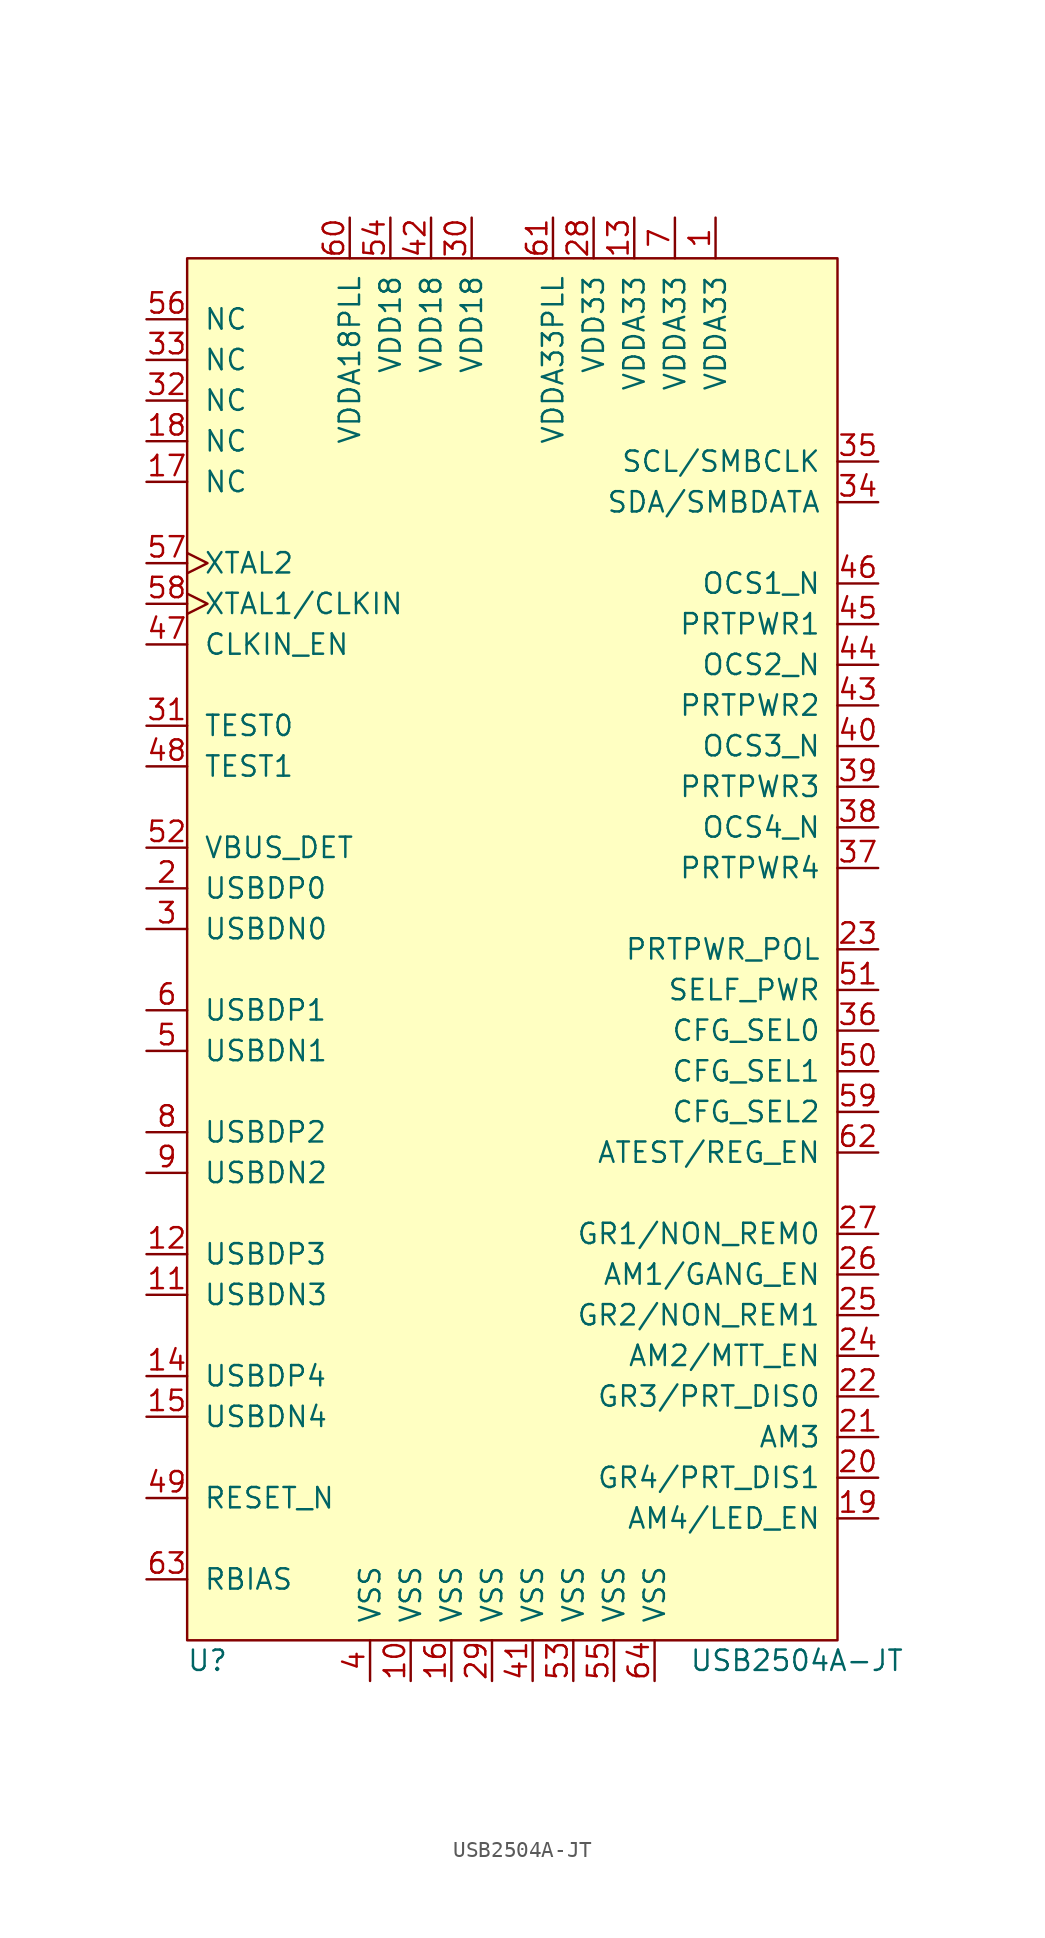
<source format=kicad_sym>
(kicad_symbol_lib
  (version 20210619)
  (generator kicad_symbol_editor)
  (symbol "leptunKicadLib:USB2504A-JT"
    (pin_names
      (offset 1.016))
    (property "Reference" "U"
      (at -19.05 -44.45 0)
      (effects (font (size 1.27 1.27))))
    (property "Value" "USB2504A-JT"
      (at 17.78 -44.45 0)
      (effects (font (size 1.27 1.27))))
    (symbol "USB2504A-JT_0_1"
      (rectangle (start -20.32 43.18) (end 20.32 -43.18) (stroke (width 0)) (fill (type background))))
    (symbol "USB2504A-JT_1_1"
      (pin power_in line (at 12.7 45.72 270) (length 2.54) (name "VDDA33" (effects (font (size 1.27 1.27)))) (number "1" (effects (font (size 1.27 1.27)))))
      (pin power_in line (at -6.35 -45.72 90) (length 2.54) (name "VSS" (effects (font (size 1.27 1.27)))) (number "10" (effects (font (size 1.27 1.27)))))
      (pin passive line (at -22.86 -21.59 0) (length 2.54) (name "USBDN3" (effects (font (size 1.27 1.27)))) (number "11" (effects (font (size 1.27 1.27)))))
      (pin passive line (at -22.86 -19.05 0) (length 2.54) (name "USBDP3" (effects (font (size 1.27 1.27)))) (number "12" (effects (font (size 1.27 1.27)))))
      (pin power_in line (at 7.62 45.72 270) (length 2.54) (name "VDDA33" (effects (font (size 1.27 1.27)))) (number "13" (effects (font (size 1.27 1.27)))))
      (pin passive line (at -22.86 -26.67 0) (length 2.54) (name "USBDP4" (effects (font (size 1.27 1.27)))) (number "14" (effects (font (size 1.27 1.27)))))
      (pin passive line (at -22.86 -29.21 0) (length 2.54) (name "USBDN4" (effects (font (size 1.27 1.27)))) (number "15" (effects (font (size 1.27 1.27)))))
      (pin power_in line (at -3.81 -45.72 90) (length 2.54) (name "VSS" (effects (font (size 1.27 1.27)))) (number "16" (effects (font (size 1.27 1.27)))))
      (pin passive line (at -22.86 29.21 0) (length 2.54) (name "NC" (effects (font (size 1.27 1.27)))) (number "17" (effects (font (size 1.27 1.27)))))
      (pin passive line (at -22.86 31.75 0) (length 2.54) (name "NC" (effects (font (size 1.27 1.27)))) (number "18" (effects (font (size 1.27 1.27)))))
      (pin bidirectional line (at 22.86 -35.56 180) (length 2.54) (name "AM4/LED_EN" (effects (font (size 1.27 1.27)))) (number "19" (effects (font (size 1.27 1.27)))))
      (pin passive line (at -22.86 3.81 0) (length 2.54) (name "USBDP0" (effects (font (size 1.27 1.27)))) (number "2" (effects (font (size 1.27 1.27)))))
      (pin bidirectional line (at 22.86 -33.02 180) (length 2.54) (name "GR4/PRT_DIS1" (effects (font (size 1.27 1.27)))) (number "20" (effects (font (size 1.27 1.27)))))
      (pin output line (at 22.86 -30.48 180) (length 2.54) (name "AM3" (effects (font (size 1.27 1.27)))) (number "21" (effects (font (size 1.27 1.27)))))
      (pin bidirectional line (at 22.86 -27.94 180) (length 2.54) (name "GR3/PRT_DIS0" (effects (font (size 1.27 1.27)))) (number "22" (effects (font (size 1.27 1.27)))))
      (pin input line (at 22.86 0 180) (length 2.54) (name "PRTPWR_POL" (effects (font (size 1.27 1.27)))) (number "23" (effects (font (size 1.27 1.27)))))
      (pin bidirectional line (at 22.86 -25.4 180) (length 2.54) (name "AM2/MTT_EN" (effects (font (size 1.27 1.27)))) (number "24" (effects (font (size 1.27 1.27)))))
      (pin bidirectional line (at 22.86 -22.86 180) (length 2.54) (name "GR2/NON_REM1" (effects (font (size 1.27 1.27)))) (number "25" (effects (font (size 1.27 1.27)))))
      (pin bidirectional line (at 22.86 -20.32 180) (length 2.54) (name "AM1/GANG_EN" (effects (font (size 1.27 1.27)))) (number "26" (effects (font (size 1.27 1.27)))))
      (pin bidirectional line (at 22.86 -17.78 180) (length 2.54) (name "GR1/NON_REM0" (effects (font (size 1.27 1.27)))) (number "27" (effects (font (size 1.27 1.27)))))
      (pin power_in line (at 5.08 45.72 270) (length 2.54) (name "VDD33" (effects (font (size 1.27 1.27)))) (number "28" (effects (font (size 1.27 1.27)))))
      (pin power_in line (at -1.27 -45.72 90) (length 2.54) (name "VSS" (effects (font (size 1.27 1.27)))) (number "29" (effects (font (size 1.27 1.27)))))
      (pin passive line (at -22.86 1.27 0) (length 2.54) (name "USBDN0" (effects (font (size 1.27 1.27)))) (number "3" (effects (font (size 1.27 1.27)))))
      (pin power_in line (at -2.54 45.72 270) (length 2.54) (name "VDD18" (effects (font (size 1.27 1.27)))) (number "30" (effects (font (size 1.27 1.27)))))
      (pin passive line (at -22.86 13.97 0) (length 2.54) (name "TEST0" (effects (font (size 1.27 1.27)))) (number "31" (effects (font (size 1.27 1.27)))))
      (pin passive line (at -22.86 34.29 0) (length 2.54) (name "NC" (effects (font (size 1.27 1.27)))) (number "32" (effects (font (size 1.27 1.27)))))
      (pin passive line (at -22.86 36.83 0) (length 2.54) (name "NC" (effects (font (size 1.27 1.27)))) (number "33" (effects (font (size 1.27 1.27)))))
      (pin bidirectional line (at 22.86 27.94 180) (length 2.54) (name "SDA/SMBDATA" (effects (font (size 1.27 1.27)))) (number "34" (effects (font (size 1.27 1.27)))))
      (pin bidirectional line (at 22.86 30.48 180) (length 2.54) (name "SCL/SMBCLK" (effects (font (size 1.27 1.27)))) (number "35" (effects (font (size 1.27 1.27)))))
      (pin input line (at 22.86 -5.08 180) (length 2.54) (name "CFG_SEL0" (effects (font (size 1.27 1.27)))) (number "36" (effects (font (size 1.27 1.27)))))
      (pin output line (at 22.86 5.08 180) (length 2.54) (name "PRTPWR4" (effects (font (size 1.27 1.27)))) (number "37" (effects (font (size 1.27 1.27)))))
      (pin input line (at 22.86 7.62 180) (length 2.54) (name "OCS4_N" (effects (font (size 1.27 1.27)))) (number "38" (effects (font (size 1.27 1.27)))))
      (pin output line (at 22.86 10.16 180) (length 2.54) (name "PRTPWR3" (effects (font (size 1.27 1.27)))) (number "39" (effects (font (size 1.27 1.27)))))
      (pin power_in line (at -8.89 -45.72 90) (length 2.54) (name "VSS" (effects (font (size 1.27 1.27)))) (number "4" (effects (font (size 1.27 1.27)))))
      (pin input line (at 22.86 12.7 180) (length 2.54) (name "OCS3_N" (effects (font (size 1.27 1.27)))) (number "40" (effects (font (size 1.27 1.27)))))
      (pin power_in line (at 1.27 -45.72 90) (length 2.54) (name "VSS" (effects (font (size 1.27 1.27)))) (number "41" (effects (font (size 1.27 1.27)))))
      (pin power_in line (at -5.08 45.72 270) (length 2.54) (name "VDD18" (effects (font (size 1.27 1.27)))) (number "42" (effects (font (size 1.27 1.27)))))
      (pin output line (at 22.86 15.24 180) (length 2.54) (name "PRTPWR2" (effects (font (size 1.27 1.27)))) (number "43" (effects (font (size 1.27 1.27)))))
      (pin input line (at 22.86 17.78 180) (length 2.54) (name "OCS2_N" (effects (font (size 1.27 1.27)))) (number "44" (effects (font (size 1.27 1.27)))))
      (pin output line (at 22.86 20.32 180) (length 2.54) (name "PRTPWR1" (effects (font (size 1.27 1.27)))) (number "45" (effects (font (size 1.27 1.27)))))
      (pin input line (at 22.86 22.86 180) (length 2.54) (name "OCS1_N" (effects (font (size 1.27 1.27)))) (number "46" (effects (font (size 1.27 1.27)))))
      (pin input line (at -22.86 19.05 0) (length 2.54) (name "CLKIN_EN" (effects (font (size 1.27 1.27)))) (number "47" (effects (font (size 1.27 1.27)))))
      (pin passive line (at -22.86 11.43 0) (length 2.54) (name "TEST1" (effects (font (size 1.27 1.27)))) (number "48" (effects (font (size 1.27 1.27)))))
      (pin input line (at -22.86 -34.29 0) (length 2.54) (name "RESET_N" (effects (font (size 1.27 1.27)))) (number "49" (effects (font (size 1.27 1.27)))))
      (pin passive line (at -22.86 -6.35 0) (length 2.54) (name "USBDN1" (effects (font (size 1.27 1.27)))) (number "5" (effects (font (size 1.27 1.27)))))
      (pin input line (at 22.86 -7.62 180) (length 2.54) (name "CFG_SEL1" (effects (font (size 1.27 1.27)))) (number "50" (effects (font (size 1.27 1.27)))))
      (pin input line (at 22.86 -2.54 180) (length 2.54) (name "SELF_PWR" (effects (font (size 1.27 1.27)))) (number "51" (effects (font (size 1.27 1.27)))))
      (pin input line (at -22.86 6.35 0) (length 2.54) (name "VBUS_DET" (effects (font (size 1.27 1.27)))) (number "52" (effects (font (size 1.27 1.27)))))
      (pin power_in line (at 3.81 -45.72 90) (length 2.54) (name "VSS" (effects (font (size 1.27 1.27)))) (number "53" (effects (font (size 1.27 1.27)))))
      (pin power_in line (at -7.62 45.72 270) (length 2.54) (name "VDD18" (effects (font (size 1.27 1.27)))) (number "54" (effects (font (size 1.27 1.27)))))
      (pin power_in line (at 6.35 -45.72 90) (length 2.54) (name "VSS" (effects (font (size 1.27 1.27)))) (number "55" (effects (font (size 1.27 1.27)))))
      (pin passive line (at -22.86 39.37 0) (length 2.54) (name "NC" (effects (font (size 1.27 1.27)))) (number "56" (effects (font (size 1.27 1.27)))))
      (pin passive clock (at -22.86 24.13 0) (length 2.54) (name "XTAL2" (effects (font (size 1.27 1.27)))) (number "57" (effects (font (size 1.27 1.27)))))
      (pin passive clock (at -22.86 21.59 0) (length 2.54) (name "XTAL1/CLKIN" (effects (font (size 1.27 1.27)))) (number "58" (effects (font (size 1.27 1.27)))))
      (pin input line (at 22.86 -10.16 180) (length 2.54) (name "CFG_SEL2" (effects (font (size 1.27 1.27)))) (number "59" (effects (font (size 1.27 1.27)))))
      (pin passive line (at -22.86 -3.81 0) (length 2.54) (name "USBDP1" (effects (font (size 1.27 1.27)))) (number "6" (effects (font (size 1.27 1.27)))))
      (pin power_in line (at -10.16 45.72 270) (length 2.54) (name "VDDA18PLL" (effects (font (size 1.27 1.27)))) (number "60" (effects (font (size 1.27 1.27)))))
      (pin power_in line (at 2.54 45.72 270) (length 2.54) (name "VDDA33PLL" (effects (font (size 1.27 1.27)))) (number "61" (effects (font (size 1.27 1.27)))))
      (pin passive line (at 22.86 -12.7 180) (length 2.54) (name "ATEST/REG_EN" (effects (font (size 1.27 1.27)))) (number "62" (effects (font (size 1.27 1.27)))))
      (pin passive line (at -22.86 -39.37 0) (length 2.54) (name "RBIAS" (effects (font (size 1.27 1.27)))) (number "63" (effects (font (size 1.27 1.27)))))
      (pin power_in line (at 8.89 -45.72 90) (length 2.54) (name "VSS" (effects (font (size 1.27 1.27)))) (number "64" (effects (font (size 1.27 1.27)))))
      (pin power_in line (at 10.16 45.72 270) (length 2.54) (name "VDDA33" (effects (font (size 1.27 1.27)))) (number "7" (effects (font (size 1.27 1.27)))))
      (pin passive line (at -22.86 -11.43 0) (length 2.54) (name "USBDP2" (effects (font (size 1.27 1.27)))) (number "8" (effects (font (size 1.27 1.27)))))
      (pin passive line (at -22.86 -13.97 0) (length 2.54) (name "USBDN2" (effects (font (size 1.27 1.27)))) (number "9" (effects (font (size 1.27 1.27))))))))
</source>
